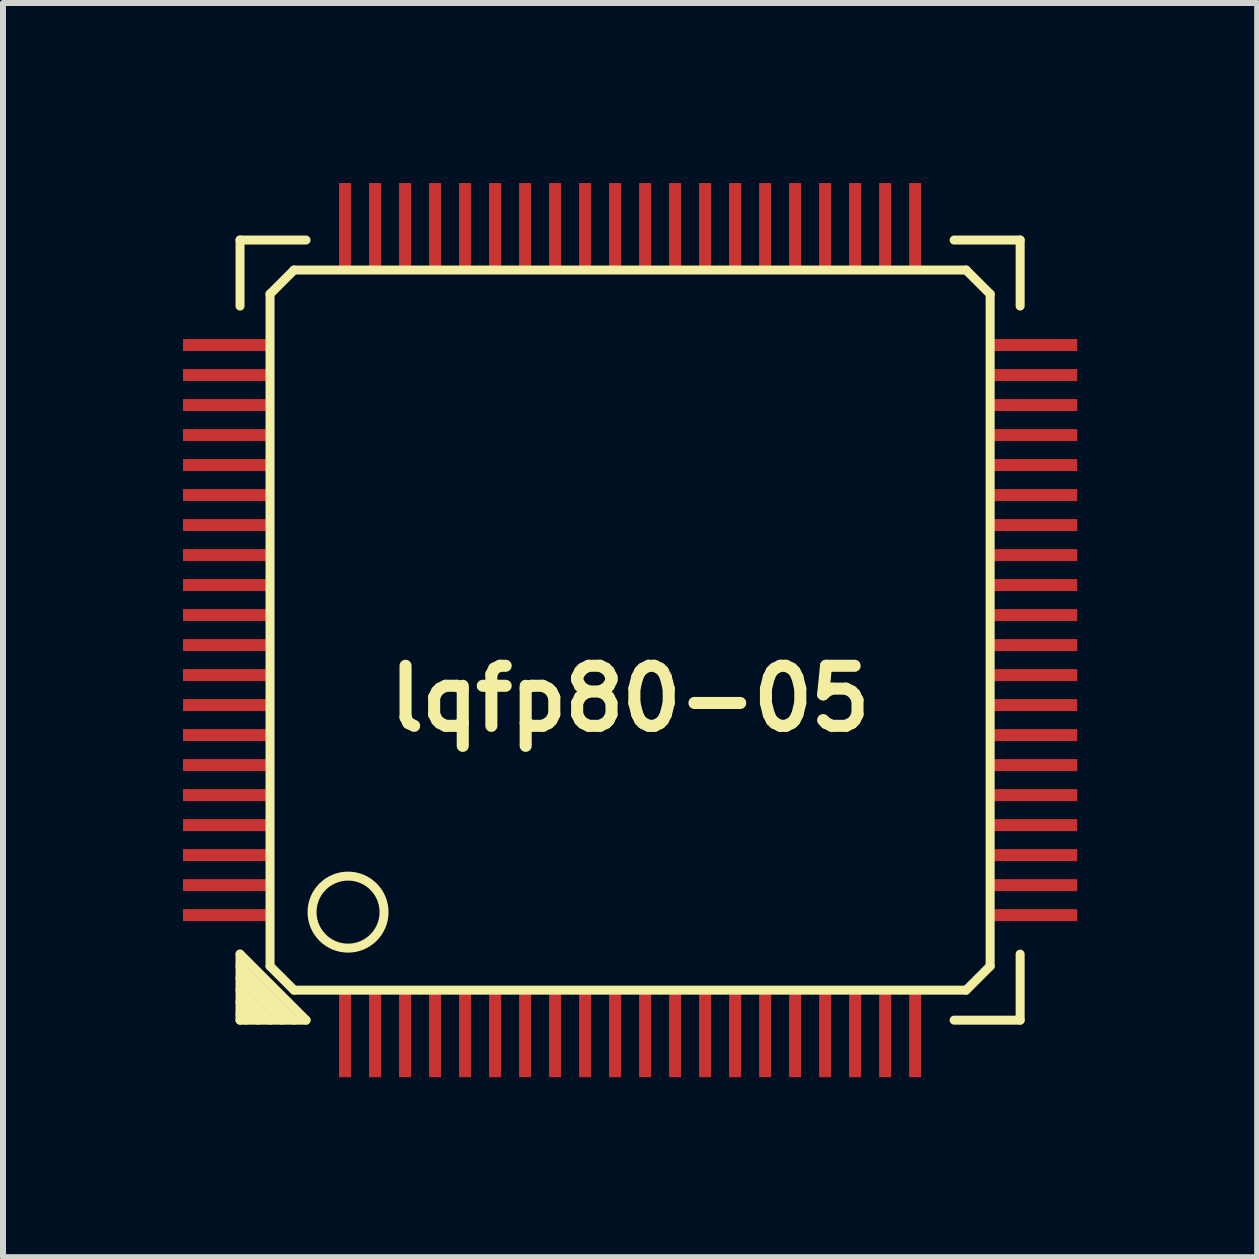
<source format=kicad_pcb>
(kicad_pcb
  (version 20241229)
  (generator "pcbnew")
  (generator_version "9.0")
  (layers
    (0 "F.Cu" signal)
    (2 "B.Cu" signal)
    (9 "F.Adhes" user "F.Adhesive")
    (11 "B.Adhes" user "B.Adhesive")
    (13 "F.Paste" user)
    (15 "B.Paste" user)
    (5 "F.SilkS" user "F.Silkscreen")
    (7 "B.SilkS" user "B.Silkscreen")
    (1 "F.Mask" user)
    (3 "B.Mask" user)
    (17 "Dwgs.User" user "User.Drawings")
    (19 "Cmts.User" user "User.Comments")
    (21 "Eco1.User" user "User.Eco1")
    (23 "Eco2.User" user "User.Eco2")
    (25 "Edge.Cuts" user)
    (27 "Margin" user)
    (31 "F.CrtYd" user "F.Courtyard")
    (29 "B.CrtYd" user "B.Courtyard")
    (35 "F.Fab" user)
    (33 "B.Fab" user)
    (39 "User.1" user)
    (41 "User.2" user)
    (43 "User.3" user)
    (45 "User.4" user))
  (footprint "lqfp80-05"
    (layer "F.Cu")
    (at 7.45 7.45)
    (property "Reference" "lqfp80-05" (at 0 1.143 0) (layer "F.SilkS") (effects (font (size 1.001 1.001) (thickness 0.201))))
    (attr smd)
    (fp_line (start -6.5 -6.5) (end -5.4 -6.5) (stroke (width 0.15) (type solid)) (layer "F.SilkS"))
    (fp_line (start -6.5 -5.4) (end -6.5 -6.5) (stroke (width 0.15) (type solid)) (layer "F.SilkS"))
    (fp_line (start -6.5 5.4) (end -6.5 6.5) (stroke (width 0.15) (type solid)) (layer "F.SilkS"))
    (fp_line (start -6.5 5.601) (end -5.601 6.5) (stroke (width 0.15) (type solid)) (layer "F.SilkS"))
    (fp_line (start -6.5 5.999) (end -5.999 6.5) (stroke (width 0.15) (type solid)) (layer "F.SilkS"))
    (fp_line (start -6.5 6.401) (end -6.401 6.5) (stroke (width 0.15) (type solid)) (layer "F.SilkS"))
    (fp_line (start -6.5 6.5) (end -5.4 6.5) (stroke (width 0.15) (type solid)) (layer "F.SilkS"))
    (fp_line (start -6.2 6.5) (end -6.5 6.2) (stroke (width 0.15) (type solid)) (layer "F.SilkS"))
    (fp_line (start -6 -5.6) (end -6 5.6) (stroke (width 0.15) (type solid)) (layer "F.SilkS"))
    (fp_line (start -6 5.6) (end -5.6 6) (stroke (width 0.15) (type solid)) (layer "F.SilkS"))
    (fp_line (start -5.801 6.5) (end -6.5 5.801) (stroke (width 0.15) (type solid)) (layer "F.SilkS"))
    (fp_line (start -5.6 -6) (end -6 -5.6) (stroke (width 0.15) (type solid)) (layer "F.SilkS"))
    (fp_line (start -5.6 6) (end 5.6 6) (stroke (width 0.15) (type solid)) (layer "F.SilkS"))
    (fp_line (start -5.4 6.5) (end -6.5 5.4) (stroke (width 0.15) (type solid)) (layer "F.SilkS"))
    (fp_line (start 5.4 6.5) (end 6.5 6.5) (stroke (width 0.15) (type solid)) (layer "F.SilkS"))
    (fp_line (start 5.6 -6) (end -5.6 -6) (stroke (width 0.15) (type solid)) (layer "F.SilkS"))
    (fp_line (start 5.6 6) (end 6 5.6) (stroke (width 0.15) (type solid)) (layer "F.SilkS"))
    (fp_line (start 6 -5.6) (end 5.6 -6) (stroke (width 0.15) (type solid)) (layer "F.SilkS"))
    (fp_line (start 6 5.6) (end 6 -5.6) (stroke (width 0.15) (type solid)) (layer "F.SilkS"))
    (fp_line (start 6.5 -6.5) (end 5.4 -6.5) (stroke (width 0.15) (type solid)) (layer "F.SilkS"))
    (fp_line (start 6.5 -6.5) (end 6.5 -5.4) (stroke (width 0.15) (type solid)) (layer "F.SilkS"))
    (fp_line (start 6.5 6.5) (end 6.5 5.4) (stroke (width 0.15) (type solid)) (layer "F.SilkS"))
    (fp_circle (center -4.7 4.7) (end -4.1 4.7) (stroke (width 0.15) (type solid)) (fill no) (layer "F.SilkS"))
    (pad "1" smd rect (at -4.75 6.7) (size 0.2 1.5) (layers "F.Cu" "F.Mask" "F.Paste"))
    (pad "2" smd rect (at -4.25 6.7) (size 0.2 1.5) (layers "F.Cu" "F.Mask" "F.Paste"))
    (pad "3" smd rect (at -3.75 6.7) (size 0.2 1.5) (layers "F.Cu" "F.Mask" "F.Paste"))
    (pad "4" smd rect (at -3.25 6.7) (size 0.2 1.5) (layers "F.Cu" "F.Mask" "F.Paste"))
    (pad "5" smd rect (at -2.75 6.7) (size 0.2 1.5) (layers "F.Cu" "F.Mask" "F.Paste"))
    (pad "6" smd rect (at -2.25 6.7) (size 0.2 1.5) (layers "F.Cu" "F.Mask" "F.Paste"))
    (pad "7" smd rect (at -1.75 6.7) (size 0.2 1.5) (layers "F.Cu" "F.Mask" "F.Paste"))
    (pad "8" smd rect (at -1.25 6.7) (size 0.2 1.5) (layers "F.Cu" "F.Mask" "F.Paste"))
    (pad "9" smd rect (at -0.75 6.7) (size 0.2 1.5) (layers "F.Cu" "F.Mask" "F.Paste"))
    (pad "10" smd rect (at -0.25 6.7) (size 0.2 1.5) (layers "F.Cu" "F.Mask" "F.Paste"))
    (pad "11" smd rect (at 0.25 6.7) (size 0.2 1.5) (layers "F.Cu" "F.Mask" "F.Paste"))
    (pad "12" smd rect (at 0.75 6.7) (size 0.2 1.5) (layers "F.Cu" "F.Mask" "F.Paste"))
    (pad "13" smd rect (at 1.25 6.7) (size 0.2 1.5) (layers "F.Cu" "F.Mask" "F.Paste"))
    (pad "14" smd rect (at 1.75 6.7) (size 0.2 1.5) (layers "F.Cu" "F.Mask" "F.Paste"))
    (pad "15" smd rect (at 2.25 6.7) (size 0.2 1.5) (layers "F.Cu" "F.Mask" "F.Paste"))
    (pad "16" smd rect (at 2.75 6.7) (size 0.2 1.5) (layers "F.Cu" "F.Mask" "F.Paste"))
    (pad "17" smd rect (at 3.25 6.7) (size 0.2 1.5) (layers "F.Cu" "F.Mask" "F.Paste"))
    (pad "18" smd rect (at 3.75 6.7) (size 0.2 1.5) (layers "F.Cu" "F.Mask" "F.Paste"))
    (pad "19" smd rect (at 4.25 6.7) (size 0.2 1.5) (layers "F.Cu" "F.Mask" "F.Paste"))
    (pad "20" smd rect (at 4.75 6.7) (size 0.2 1.5) (layers "F.Cu" "F.Mask" "F.Paste"))
    (pad "21" smd rect (at 6.7 4.75) (size 1.5 0.2) (layers "F.Cu" "F.Mask" "F.Paste"))
    (pad "22" smd rect (at 6.7 4.25) (size 1.5 0.2) (layers "F.Cu" "F.Mask" "F.Paste"))
    (pad "23" smd rect (at 6.7 3.75) (size 1.5 0.2) (layers "F.Cu" "F.Mask" "F.Paste"))
    (pad "24" smd rect (at 6.7 3.25) (size 1.5 0.2) (layers "F.Cu" "F.Mask" "F.Paste"))
    (pad "25" smd rect (at 6.7 2.75) (size 1.5 0.2) (layers "F.Cu" "F.Mask" "F.Paste"))
    (pad "26" smd rect (at 6.7 2.25) (size 1.5 0.2) (layers "F.Cu" "F.Mask" "F.Paste"))
    (pad "27" smd rect (at 6.7 1.75) (size 1.5 0.2) (layers "F.Cu" "F.Mask" "F.Paste"))
    (pad "28" smd rect (at 6.7 1.25) (size 1.5 0.2) (layers "F.Cu" "F.Mask" "F.Paste"))
    (pad "29" smd rect (at 6.7 0.75) (size 1.5 0.2) (layers "F.Cu" "F.Mask" "F.Paste"))
    (pad "30" smd rect (at 6.7 0.25) (size 1.5 0.2) (layers "F.Cu" "F.Mask" "F.Paste"))
    (pad "31" smd rect (at 6.7 -0.25) (size 1.5 0.2) (layers "F.Cu" "F.Mask" "F.Paste"))
    (pad "32" smd rect (at 6.7 -0.75) (size 1.5 0.2) (layers "F.Cu" "F.Mask" "F.Paste"))
    (pad "33" smd rect (at 6.7 -1.25) (size 1.5 0.2) (layers "F.Cu" "F.Mask" "F.Paste"))
    (pad "34" smd rect (at 6.7 -1.75) (size 1.5 0.2) (layers "F.Cu" "F.Mask" "F.Paste"))
    (pad "35" smd rect (at 6.7 -2.25) (size 1.5 0.2) (layers "F.Cu" "F.Mask" "F.Paste"))
    (pad "36" smd rect (at 6.7 -2.75) (size 1.5 0.2) (layers "F.Cu" "F.Mask" "F.Paste"))
    (pad "37" smd rect (at 6.7 -3.25) (size 1.5 0.2) (layers "F.Cu" "F.Mask" "F.Paste"))
    (pad "38" smd rect (at 6.7 -3.75) (size 1.5 0.2) (layers "F.Cu" "F.Mask" "F.Paste"))
    (pad "39" smd rect (at 6.7 -4.25) (size 1.5 0.2) (layers "F.Cu" "F.Mask" "F.Paste"))
    (pad "40" smd rect (at 6.7 -4.75) (size 1.5 0.2) (layers "F.Cu" "F.Mask" "F.Paste"))
    (pad "41" smd rect (at 4.75 -6.7) (size 0.2 1.5) (layers "F.Cu" "F.Mask" "F.Paste"))
    (pad "42" smd rect (at 4.25 -6.7) (size 0.2 1.5) (layers "F.Cu" "F.Mask" "F.Paste"))
    (pad "43" smd rect (at 3.75 -6.7) (size 0.2 1.5) (layers "F.Cu" "F.Mask" "F.Paste"))
    (pad "44" smd rect (at 3.25 -6.7) (size 0.2 1.5) (layers "F.Cu" "F.Mask" "F.Paste"))
    (pad "45" smd rect (at 2.75 -6.7) (size 0.2 1.5) (layers "F.Cu" "F.Mask" "F.Paste"))
    (pad "46" smd rect (at 2.25 -6.7) (size 0.2 1.5) (layers "F.Cu" "F.Mask" "F.Paste"))
    (pad "47" smd rect (at 1.75 -6.7) (size 0.2 1.5) (layers "F.Cu" "F.Mask" "F.Paste"))
    (pad "48" smd rect (at 1.25 -6.7) (size 0.2 1.5) (layers "F.Cu" "F.Mask" "F.Paste"))
    (pad "49" smd rect (at 0.75 -6.7) (size 0.2 1.5) (layers "F.Cu" "F.Mask" "F.Paste"))
    (pad "50" smd rect (at 0.25 -6.7) (size 0.2 1.5) (layers "F.Cu" "F.Mask" "F.Paste"))
    (pad "51" smd rect (at -0.25 -6.7) (size 0.2 1.5) (layers "F.Cu" "F.Mask" "F.Paste"))
    (pad "52" smd rect (at -0.75 -6.7) (size 0.2 1.5) (layers "F.Cu" "F.Mask" "F.Paste"))
    (pad "53" smd rect (at -1.25 -6.7) (size 0.2 1.5) (layers "F.Cu" "F.Mask" "F.Paste"))
    (pad "54" smd rect (at -1.75 -6.7) (size 0.2 1.5) (layers "F.Cu" "F.Mask" "F.Paste"))
    (pad "55" smd rect (at -2.25 -6.7) (size 0.2 1.5) (layers "F.Cu" "F.Mask" "F.Paste"))
    (pad "56" smd rect (at -2.75 -6.7) (size 0.2 1.5) (layers "F.Cu" "F.Mask" "F.Paste"))
    (pad "57" smd rect (at -3.25 -6.7) (size 0.2 1.5) (layers "F.Cu" "F.Mask" "F.Paste"))
    (pad "58" smd rect (at -3.75 -6.7) (size 0.2 1.5) (layers "F.Cu" "F.Mask" "F.Paste"))
    (pad "59" smd rect (at -4.25 -6.7) (size 0.2 1.5) (layers "F.Cu" "F.Mask" "F.Paste"))
    (pad "60" smd rect (at -4.75 -6.7) (size 0.2 1.5) (layers "F.Cu" "F.Mask" "F.Paste"))
    (pad "61" smd rect (at -6.7 -4.75) (size 1.5 0.2) (layers "F.Cu" "F.Mask" "F.Paste"))
    (pad "62" smd rect (at -6.7 -4.25) (size 1.5 0.2) (layers "F.Cu" "F.Mask" "F.Paste"))
    (pad "63" smd rect (at -6.7 -3.75) (size 1.5 0.2) (layers "F.Cu" "F.Mask" "F.Paste"))
    (pad "64" smd rect (at -6.7 -3.25) (size 1.5 0.2) (layers "F.Cu" "F.Mask" "F.Paste"))
    (pad "65" smd rect (at -6.7 -2.75) (size 1.5 0.2) (layers "F.Cu" "F.Mask" "F.Paste"))
    (pad "66" smd rect (at -6.7 -2.25) (size 1.5 0.2) (layers "F.Cu" "F.Mask" "F.Paste"))
    (pad "67" smd rect (at -6.7 -1.75) (size 1.5 0.2) (layers "F.Cu" "F.Mask" "F.Paste"))
    (pad "68" smd rect (at -6.7 -1.25) (size 1.5 0.2) (layers "F.Cu" "F.Mask" "F.Paste"))
    (pad "69" smd rect (at -6.7 -0.75) (size 1.5 0.2) (layers "F.Cu" "F.Mask" "F.Paste"))
    (pad "70" smd rect (at -6.7 -0.25) (size 1.5 0.2) (layers "F.Cu" "F.Mask" "F.Paste"))
    (pad "71" smd rect (at -6.7 0.25) (size 1.5 0.2) (layers "F.Cu" "F.Mask" "F.Paste"))
    (pad "72" smd rect (at -6.7 0.75) (size 1.5 0.2) (layers "F.Cu" "F.Mask" "F.Paste"))
    (pad "73" smd rect (at -6.7 1.25) (size 1.5 0.2) (layers "F.Cu" "F.Mask" "F.Paste"))
    (pad "74" smd rect (at -6.7 1.75) (size 1.5 0.2) (layers "F.Cu" "F.Mask" "F.Paste"))
    (pad "75" smd rect (at -6.7 2.25) (size 1.5 0.2) (layers "F.Cu" "F.Mask" "F.Paste"))
    (pad "76" smd rect (at -6.7 2.75) (size 1.5 0.2) (layers "F.Cu" "F.Mask" "F.Paste"))
    (pad "77" smd rect (at -6.7 3.25) (size 1.5 0.2) (layers "F.Cu" "F.Mask" "F.Paste"))
    (pad "78" smd rect (at -6.7 3.75) (size 1.5 0.2) (layers "F.Cu" "F.Mask" "F.Paste"))
    (pad "79" smd rect (at -6.7 4.25) (size 1.5 0.2) (layers "F.Cu" "F.Mask" "F.Paste"))
    (pad "80" smd rect (at -6.7 4.75) (size 1.5 0.2) (layers "F.Cu" "F.Mask" "F.Paste")))
  (gr_rect
    (start -3 -3)
    (end 17.9 17.9)
    (stroke (width 0.1) (type default))
    (fill no)
    (layer "Edge.Cuts")))
</source>
